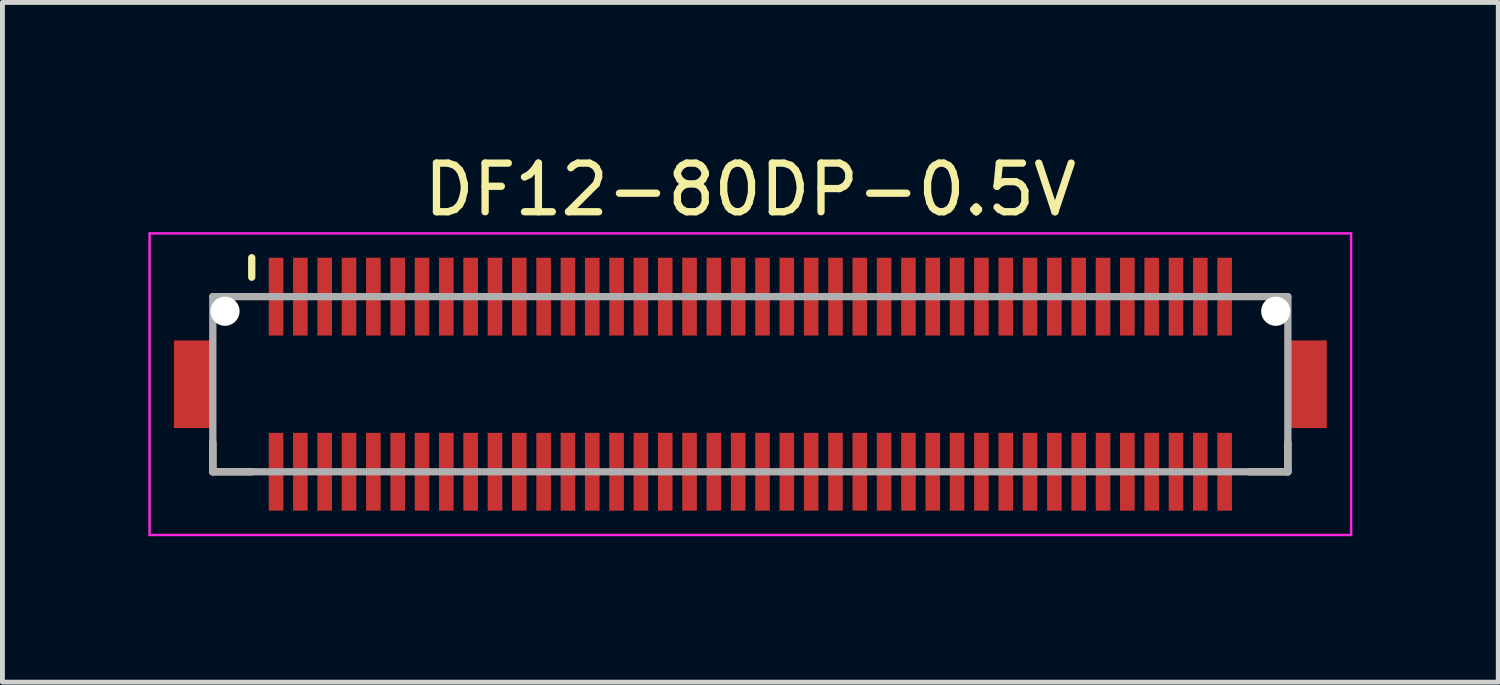
<source format=kicad_pcb>
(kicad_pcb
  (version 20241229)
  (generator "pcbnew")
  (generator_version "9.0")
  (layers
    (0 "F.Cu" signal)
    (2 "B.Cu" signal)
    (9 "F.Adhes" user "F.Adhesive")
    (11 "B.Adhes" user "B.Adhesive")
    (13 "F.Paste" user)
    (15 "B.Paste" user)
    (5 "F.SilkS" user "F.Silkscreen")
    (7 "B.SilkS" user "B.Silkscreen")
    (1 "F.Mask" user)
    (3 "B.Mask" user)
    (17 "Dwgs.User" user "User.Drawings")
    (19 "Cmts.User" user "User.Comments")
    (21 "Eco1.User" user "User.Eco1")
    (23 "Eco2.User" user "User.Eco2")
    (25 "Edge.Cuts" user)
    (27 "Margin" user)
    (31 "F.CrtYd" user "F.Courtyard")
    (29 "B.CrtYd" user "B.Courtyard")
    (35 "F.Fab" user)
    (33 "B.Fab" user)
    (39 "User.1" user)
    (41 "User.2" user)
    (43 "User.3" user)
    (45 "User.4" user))
  (footprint "DF12-80DP-0.5V"
    (layer "F.Cu")
    (at 12.375 4.848)
    (property "Reference" "DF12-80DP-0.5V" (at 0 -4 0) (layer "F.SilkS") (effects (font (size 1 1) (thickness 0.15))))
    (attr smd)
    (fp_line (start -11.05 1.2) (end -11.05 1.8) (stroke (width 0.15) (type solid)) (layer "F.SilkS"))
    (fp_line (start -11.05 1.8) (end -10.25 1.8) (stroke (width 0.15) (type solid)) (layer "F.SilkS"))
    (fp_line (start -10.25 -2.6) (end -10.25 -2.2) (stroke (width 0.15) (type solid)) (layer "F.SilkS"))
    (fp_line (start 10.25 1.8) (end 11.05 1.8) (stroke (width 0.15) (type solid)) (layer "F.SilkS"))
    (fp_line (start 11.05 1.2) (end 11.05 1.8) (stroke (width 0.15) (type solid)) (layer "F.SilkS"))
    (fp_line (start -12.35 -3.1) (end -12.35 3.1) (stroke (width 0.05) (type solid)) (layer "F.CrtYd"))
    (fp_line (start -12.35 -3.1) (end 12.35 -3.1) (stroke (width 0.05) (type solid)) (layer "F.CrtYd"))
    (fp_line (start -12.35 3.1) (end 12.35 3.1) (stroke (width 0.05) (type solid)) (layer "F.CrtYd"))
    (fp_line (start 12.35 -3.1) (end 12.35 3.1) (stroke (width 0.05) (type solid)) (layer "F.CrtYd"))
    (fp_line (start -11.05 -1.8) (end -11.05 1.8) (stroke (width 0.15) (type solid)) (layer "F.Fab"))
    (fp_line (start -11.05 -1.8) (end 11.05 -1.8) (stroke (width 0.15) (type solid)) (layer "F.Fab"))
    (fp_line (start -11.05 1.8) (end 11.05 1.8) (stroke (width 0.15) (type solid)) (layer "F.Fab"))
    (fp_line (start 11.05 -1.8) (end 11.05 1.8) (stroke (width 0.15) (type solid)) (layer "F.Fab"))
    (pad "" np_thru_hole circle (at -10.8 -1.5) (size 0.6 0.6) (drill 0.6) (layers "*.Cu" "*.Mask"))
    (pad "" np_thru_hole circle (at 10.8 -1.5) (size 0.6 0.6) (drill 0.6) (layers "*.Cu" "*.Mask"))
    (pad "1" smd rect (at -9.75 -1.8) (size 0.3 1.6) (layers "F.Cu" "F.Mask" "F.Paste"))
    (pad "2" smd rect (at -9.75 1.8) (size 0.3 1.6) (layers "F.Cu" "F.Mask" "F.Paste"))
    (pad "3" smd rect (at -9.25 -1.8) (size 0.3 1.6) (layers "F.Cu" "F.Mask" "F.Paste"))
    (pad "4" smd rect (at -9.25 1.8) (size 0.3 1.6) (layers "F.Cu" "F.Mask" "F.Paste"))
    (pad "5" smd rect (at -8.75 -1.8) (size 0.3 1.6) (layers "F.Cu" "F.Mask" "F.Paste"))
    (pad "6" smd rect (at -8.75 1.8) (size 0.3 1.6) (layers "F.Cu" "F.Mask" "F.Paste"))
    (pad "7" smd rect (at -8.25 -1.8) (size 0.3 1.6) (layers "F.Cu" "F.Mask" "F.Paste"))
    (pad "8" smd rect (at -8.25 1.8) (size 0.3 1.6) (layers "F.Cu" "F.Mask" "F.Paste"))
    (pad "9" smd rect (at -7.75 -1.8) (size 0.3 1.6) (layers "F.Cu" "F.Mask" "F.Paste"))
    (pad "10" smd rect (at -7.75 1.8) (size 0.3 1.6) (layers "F.Cu" "F.Mask" "F.Paste"))
    (pad "11" smd rect (at -7.25 -1.8) (size 0.3 1.6) (layers "F.Cu" "F.Mask" "F.Paste"))
    (pad "12" smd rect (at -7.25 1.8) (size 0.3 1.6) (layers "F.Cu" "F.Mask" "F.Paste"))
    (pad "13" smd rect (at -6.75 -1.8) (size 0.3 1.6) (layers "F.Cu" "F.Mask" "F.Paste"))
    (pad "14" smd rect (at -6.75 1.8) (size 0.3 1.6) (layers "F.Cu" "F.Mask" "F.Paste"))
    (pad "15" smd rect (at -6.25 -1.8) (size 0.3 1.6) (layers "F.Cu" "F.Mask" "F.Paste"))
    (pad "16" smd rect (at -6.25 1.8) (size 0.3 1.6) (layers "F.Cu" "F.Mask" "F.Paste"))
    (pad "17" smd rect (at -5.75 -1.8) (size 0.3 1.6) (layers "F.Cu" "F.Mask" "F.Paste"))
    (pad "18" smd rect (at -5.75 1.8) (size 0.3 1.6) (layers "F.Cu" "F.Mask" "F.Paste"))
    (pad "19" smd rect (at -5.25 -1.8) (size 0.3 1.6) (layers "F.Cu" "F.Mask" "F.Paste"))
    (pad "20" smd rect (at -5.25 1.8) (size 0.3 1.6) (layers "F.Cu" "F.Mask" "F.Paste"))
    (pad "21" smd rect (at -4.75 -1.8) (size 0.3 1.6) (layers "F.Cu" "F.Mask" "F.Paste"))
    (pad "22" smd rect (at -4.75 1.8) (size 0.3 1.6) (layers "F.Cu" "F.Mask" "F.Paste"))
    (pad "23" smd rect (at -4.25 -1.8) (size 0.3 1.6) (layers "F.Cu" "F.Mask" "F.Paste"))
    (pad "24" smd rect (at -4.25 1.8) (size 0.3 1.6) (layers "F.Cu" "F.Mask" "F.Paste"))
    (pad "25" smd rect (at -3.75 -1.8) (size 0.3 1.6) (layers "F.Cu" "F.Mask" "F.Paste"))
    (pad "26" smd rect (at -3.75 1.8) (size 0.3 1.6) (layers "F.Cu" "F.Mask" "F.Paste"))
    (pad "27" smd rect (at -3.25 -1.8) (size 0.3 1.6) (layers "F.Cu" "F.Mask" "F.Paste"))
    (pad "28" smd rect (at -3.25 1.8) (size 0.3 1.6) (layers "F.Cu" "F.Mask" "F.Paste"))
    (pad "29" smd rect (at -2.75 -1.8) (size 0.3 1.6) (layers "F.Cu" "F.Mask" "F.Paste"))
    (pad "30" smd rect (at -2.75 1.8) (size 0.3 1.6) (layers "F.Cu" "F.Mask" "F.Paste"))
    (pad "31" smd rect (at -2.25 -1.8) (size 0.3 1.6) (layers "F.Cu" "F.Mask" "F.Paste"))
    (pad "32" smd rect (at -2.25 1.8) (size 0.3 1.6) (layers "F.Cu" "F.Mask" "F.Paste"))
    (pad "33" smd rect (at -1.75 -1.8) (size 0.3 1.6) (layers "F.Cu" "F.Mask" "F.Paste"))
    (pad "34" smd rect (at -1.75 1.8) (size 0.3 1.6) (layers "F.Cu" "F.Mask" "F.Paste"))
    (pad "35" smd rect (at -1.25 -1.8) (size 0.3 1.6) (layers "F.Cu" "F.Mask" "F.Paste"))
    (pad "36" smd rect (at -1.25 1.8) (size 0.3 1.6) (layers "F.Cu" "F.Mask" "F.Paste"))
    (pad "37" smd rect (at -0.75 -1.8) (size 0.3 1.6) (layers "F.Cu" "F.Mask" "F.Paste"))
    (pad "38" smd rect (at -0.75 1.8) (size 0.3 1.6) (layers "F.Cu" "F.Mask" "F.Paste"))
    (pad "39" smd rect (at -0.25 -1.8) (size 0.3 1.6) (layers "F.Cu" "F.Mask" "F.Paste"))
    (pad "40" smd rect (at -0.25 1.8) (size 0.3 1.6) (layers "F.Cu" "F.Mask" "F.Paste"))
    (pad "41" smd rect (at 0.25 -1.8) (size 0.3 1.6) (layers "F.Cu" "F.Mask" "F.Paste"))
    (pad "42" smd rect (at 0.25 1.8) (size 0.3 1.6) (layers "F.Cu" "F.Mask" "F.Paste"))
    (pad "43" smd rect (at 0.75 -1.8) (size 0.3 1.6) (layers "F.Cu" "F.Mask" "F.Paste"))
    (pad "44" smd rect (at 0.75 1.8) (size 0.3 1.6) (layers "F.Cu" "F.Mask" "F.Paste"))
    (pad "45" smd rect (at 1.25 -1.8) (size 0.3 1.6) (layers "F.Cu" "F.Mask" "F.Paste"))
    (pad "46" smd rect (at 1.25 1.8) (size 0.3 1.6) (layers "F.Cu" "F.Mask" "F.Paste"))
    (pad "47" smd rect (at 1.75 -1.8) (size 0.3 1.6) (layers "F.Cu" "F.Mask" "F.Paste"))
    (pad "48" smd rect (at 1.75 1.8) (size 0.3 1.6) (layers "F.Cu" "F.Mask" "F.Paste"))
    (pad "49" smd rect (at 2.25 -1.8) (size 0.3 1.6) (layers "F.Cu" "F.Mask" "F.Paste"))
    (pad "50" smd rect (at 2.25 1.8) (size 0.3 1.6) (layers "F.Cu" "F.Mask" "F.Paste"))
    (pad "51" smd rect (at 2.75 -1.8) (size 0.3 1.6) (layers "F.Cu" "F.Mask" "F.Paste"))
    (pad "52" smd rect (at 2.75 1.8) (size 0.3 1.6) (layers "F.Cu" "F.Mask" "F.Paste"))
    (pad "53" smd rect (at 3.25 -1.8) (size 0.3 1.6) (layers "F.Cu" "F.Mask" "F.Paste"))
    (pad "54" smd rect (at 3.25 1.8) (size 0.3 1.6) (layers "F.Cu" "F.Mask" "F.Paste"))
    (pad "55" smd rect (at 3.75 -1.8) (size 0.3 1.6) (layers "F.Cu" "F.Mask" "F.Paste"))
    (pad "56" smd rect (at 3.75 1.8) (size 0.3 1.6) (layers "F.Cu" "F.Mask" "F.Paste"))
    (pad "57" smd rect (at 4.25 -1.8) (size 0.3 1.6) (layers "F.Cu" "F.Mask" "F.Paste"))
    (pad "58" smd rect (at 4.25 1.8) (size 0.3 1.6) (layers "F.Cu" "F.Mask" "F.Paste"))
    (pad "59" smd rect (at 4.75 -1.8) (size 0.3 1.6) (layers "F.Cu" "F.Mask" "F.Paste"))
    (pad "60" smd rect (at 4.75 1.8) (size 0.3 1.6) (layers "F.Cu" "F.Mask" "F.Paste"))
    (pad "61" smd rect (at 5.25 -1.8) (size 0.3 1.6) (layers "F.Cu" "F.Mask" "F.Paste"))
    (pad "62" smd rect (at 5.25 1.8) (size 0.3 1.6) (layers "F.Cu" "F.Mask" "F.Paste"))
    (pad "63" smd rect (at 5.75 -1.8) (size 0.3 1.6) (layers "F.Cu" "F.Mask" "F.Paste"))
    (pad "64" smd rect (at 5.75 1.8) (size 0.3 1.6) (layers "F.Cu" "F.Mask" "F.Paste"))
    (pad "65" smd rect (at 6.25 -1.8) (size 0.3 1.6) (layers "F.Cu" "F.Mask" "F.Paste"))
    (pad "66" smd rect (at 6.25 1.8) (size 0.3 1.6) (layers "F.Cu" "F.Mask" "F.Paste"))
    (pad "67" smd rect (at 6.75 -1.8) (size 0.3 1.6) (layers "F.Cu" "F.Mask" "F.Paste"))
    (pad "68" smd rect (at 6.75 1.8) (size 0.3 1.6) (layers "F.Cu" "F.Mask" "F.Paste"))
    (pad "69" smd rect (at 7.25 -1.8) (size 0.3 1.6) (layers "F.Cu" "F.Mask" "F.Paste"))
    (pad "70" smd rect (at 7.25 1.8) (size 0.3 1.6) (layers "F.Cu" "F.Mask" "F.Paste"))
    (pad "71" smd rect (at 7.75 -1.8) (size 0.3 1.6) (layers "F.Cu" "F.Mask" "F.Paste"))
    (pad "72" smd rect (at 7.75 1.8) (size 0.3 1.6) (layers "F.Cu" "F.Mask" "F.Paste"))
    (pad "73" smd rect (at 8.25 -1.8) (size 0.3 1.6) (layers "F.Cu" "F.Mask" "F.Paste"))
    (pad "74" smd rect (at 8.25 1.8) (size 0.3 1.6) (layers "F.Cu" "F.Mask" "F.Paste"))
    (pad "75" smd rect (at 8.75 -1.8) (size 0.3 1.6) (layers "F.Cu" "F.Mask" "F.Paste"))
    (pad "76" smd rect (at 8.75 1.8) (size 0.3 1.6) (layers "F.Cu" "F.Mask" "F.Paste"))
    (pad "77" smd rect (at 9.25 -1.8) (size 0.3 1.6) (layers "F.Cu" "F.Mask" "F.Paste"))
    (pad "78" smd rect (at 9.25 1.8) (size 0.3 1.6) (layers "F.Cu" "F.Mask" "F.Paste"))
    (pad "79" smd rect (at 9.75 -1.8) (size 0.3 1.6) (layers "F.Cu" "F.Mask" "F.Paste"))
    (pad "80" smd rect (at 9.75 1.8) (size 0.3 1.6) (layers "F.Cu" "F.Mask" "F.Paste"))
    (pad "S" smd rect (at -11.45 0) (size 0.8 1.8) (layers "F.Cu" "F.Mask" "F.Paste"))
    (pad "S" smd rect (at 11.45 0) (size 0.8 1.8) (layers "F.Cu" "F.Mask" "F.Paste")))
  (gr_rect
    (start -3 -3)
    (end 27.75 10.973)
    (stroke (width 0.1) (type default))
    (fill no)
    (layer "Edge.Cuts")))
</source>
